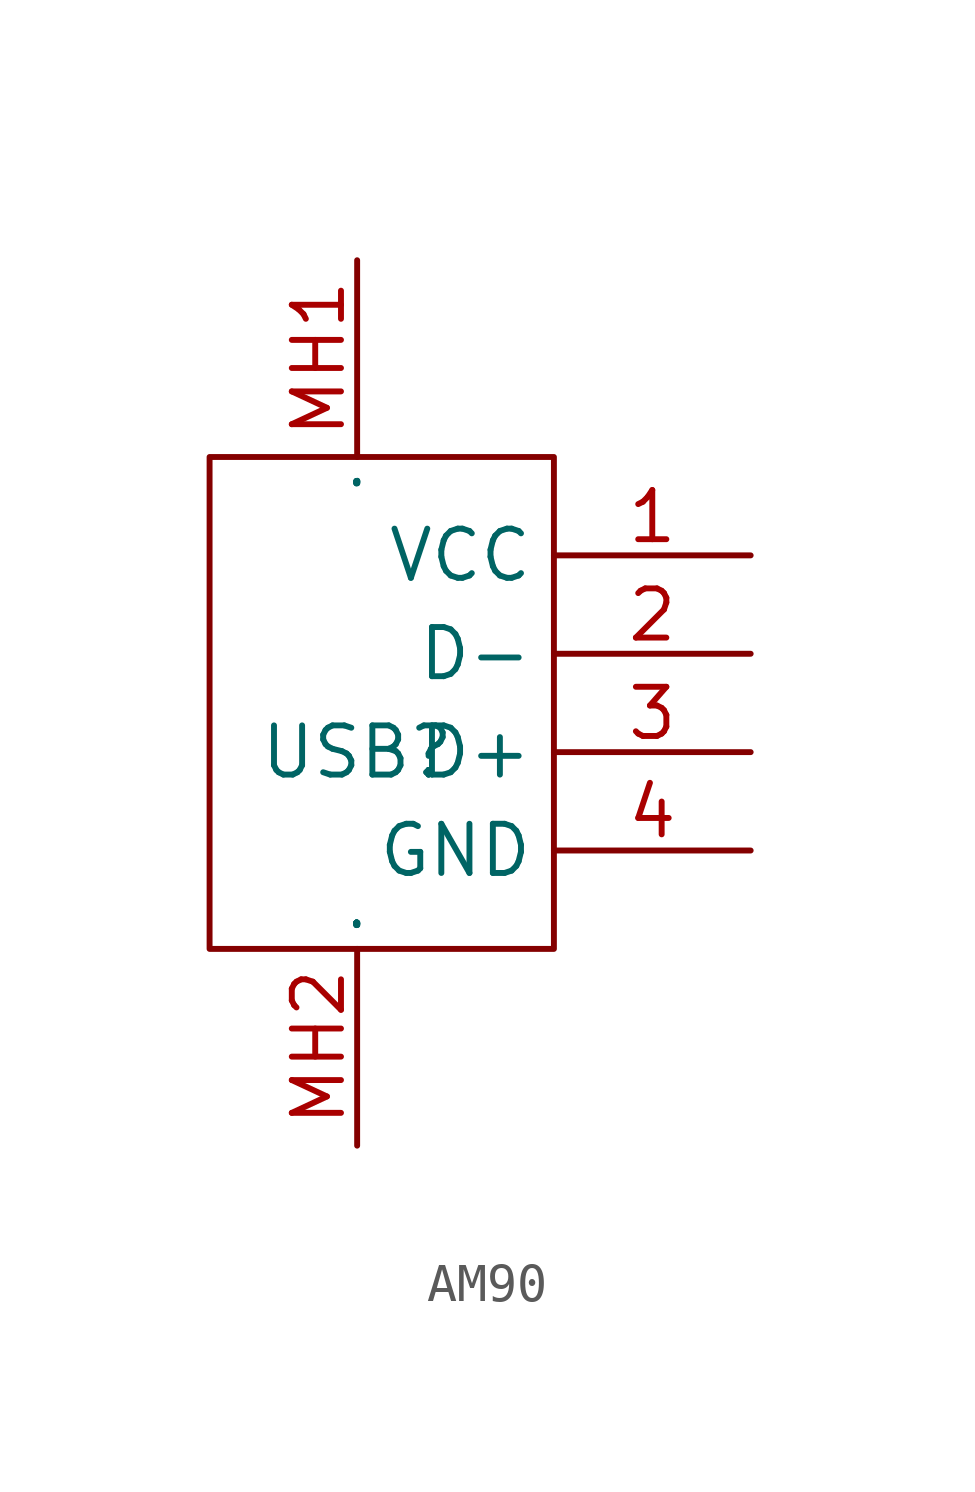
<source format=kicad_sym>
(kicad_symbol_lib
  (version 20241209)
  (generator "kicad_symbol_editor")
  (generator_version "9.0")
  (symbol "AM90"
    (property "Reference" "USB"
      (at 0 0 0)
      (effects (font (size 1.27 1.27))))
    (property "Value" ""
      (at 0 0 0)
      (effects (font (size 1.27 1.27))))
    (symbol "AM90_1_0"
      (rectangle (start -3.81 -5.08) (end 5.08 7.62) (stroke (width 0) (type default)) (fill (type none)))
      (pin unspecified line (at 0 12.7 270) (length 5.08) (name "MH1" (effects (font (size 0.025 0.025)))) (number "MH1" (effects (font (size 1.27 1.27)))))
      (pin unspecified line (at 0 -10.16 90) (length 5.08) (name "MH2" (effects (font (size 0.025 0.025)))) (number "MH2" (effects (font (size 1.27 1.27)))))
      (pin input line (at 10.16 5.08 180) (length 5.08) (name "VCC" (effects (font (size 1.27 1.27)))) (number "1" (effects (font (size 1.27 1.27)))))
      (pin input line (at 10.16 2.54 180) (length 5.08) (name "D-" (effects (font (size 1.27 1.27)))) (number "2" (effects (font (size 1.27 1.27)))))
      (pin input line (at 10.16 0 180) (length 5.08) (name "D+" (effects (font (size 1.27 1.27)))) (number "3" (effects (font (size 1.27 1.27)))))
      (pin input line (at 10.16 -2.54 180) (length 5.08) (name "GND" (effects (font (size 1.27 1.27)))) (number "4" (effects (font (size 1.27 1.27))))))))
</source>
